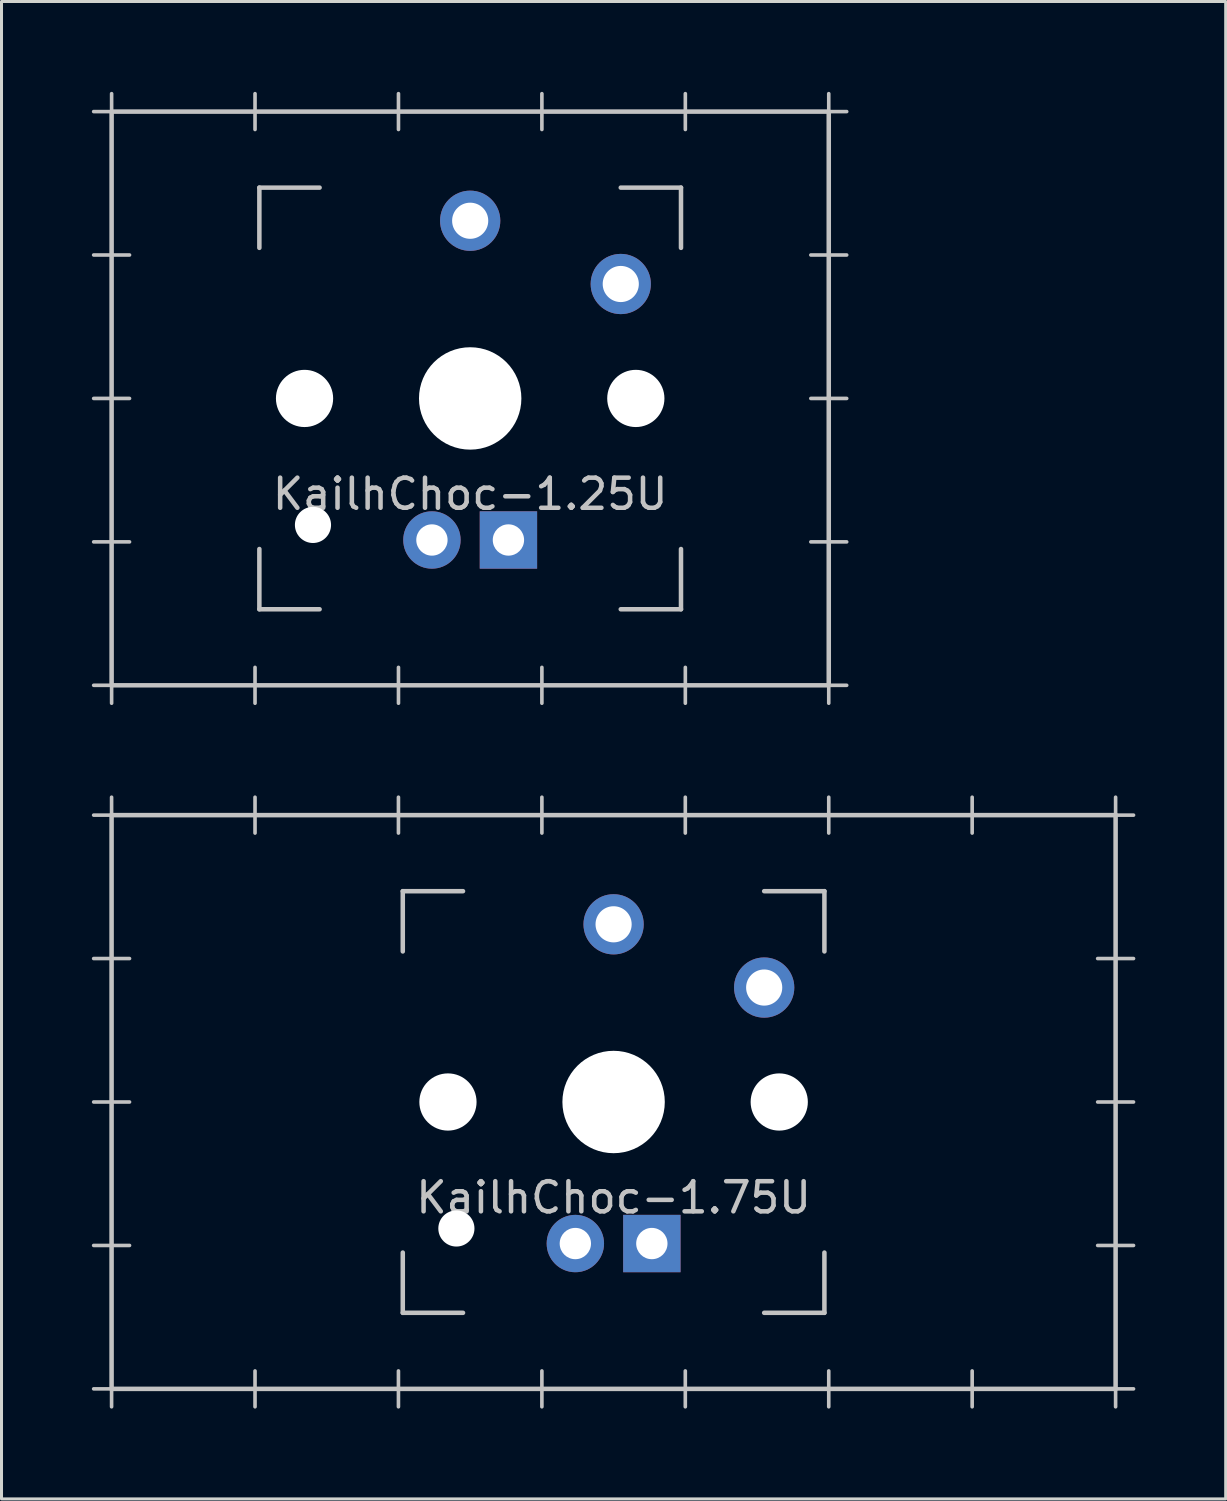
<source format=kicad_pcb>
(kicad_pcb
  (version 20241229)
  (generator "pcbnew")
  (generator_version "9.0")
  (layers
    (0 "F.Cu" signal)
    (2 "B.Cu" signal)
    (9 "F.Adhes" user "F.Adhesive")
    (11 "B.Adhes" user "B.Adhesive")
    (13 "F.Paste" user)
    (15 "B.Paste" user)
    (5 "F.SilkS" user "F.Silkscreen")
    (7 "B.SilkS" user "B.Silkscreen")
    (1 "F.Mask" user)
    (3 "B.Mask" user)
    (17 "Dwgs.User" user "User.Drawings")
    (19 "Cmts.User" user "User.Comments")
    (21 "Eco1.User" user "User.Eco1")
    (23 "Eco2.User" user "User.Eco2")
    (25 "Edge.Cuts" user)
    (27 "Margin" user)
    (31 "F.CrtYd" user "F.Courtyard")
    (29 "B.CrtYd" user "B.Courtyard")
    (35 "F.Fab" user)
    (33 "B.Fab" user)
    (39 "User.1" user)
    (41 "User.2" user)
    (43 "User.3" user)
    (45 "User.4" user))
  (footprint "KailhChoc-1.25U"
    (layer "F.Cu")
    (at 12.562 10.18)
    (property "Reference" "KailhChoc-1.25U" (at 0 3.175 0) (layer "Dwgs.User") (effects (font (size 1 1) (thickness 0.15))))
    (attr through_hole)
    (fp_line (start -12.502 -9.525) (end -11.906 -9.525) (stroke (width 0.12) (type solid)) (layer "Dwgs.User"))
    (fp_line (start -12.502 0) (end -11.311 0) (stroke (width 0.12) (type solid)) (layer "Dwgs.User"))
    (fp_line (start -12.502 4.763) (end -11.311 4.763) (stroke (width 0.12) (type solid)) (layer "Dwgs.User"))
    (fp_line (start -12.502 9.525) (end -11.906 9.525) (stroke (width 0.12) (type solid)) (layer "Dwgs.User"))
    (fp_line (start -11.906 -10.12) (end -11.906 -9.525) (stroke (width 0.12) (type solid)) (layer "Dwgs.User"))
    (fp_line (start -11.906 10.12) (end -11.906 9.525) (stroke (width 0.12) (type solid)) (layer "Dwgs.User"))
    (fp_line (start -11.906 -9.525) (end 11.906 -9.525) (stroke (width 0.15) (type solid)) (layer "Dwgs.User"))
    (fp_line (start -11.906 9.525) (end -11.906 -9.525) (stroke (width 0.15) (type solid)) (layer "Dwgs.User"))
    (fp_line (start -11.311 -4.763) (end -12.502 -4.763) (stroke (width 0.12) (type solid)) (layer "Dwgs.User"))
    (fp_line (start -7.144 -10.12) (end -7.144 -8.93) (stroke (width 0.12) (type solid)) (layer "Dwgs.User"))
    (fp_line (start -7.144 8.93) (end -7.144 10.12) (stroke (width 0.12) (type solid)) (layer "Dwgs.User"))
    (fp_line (start -7 -7) (end -7 -5) (stroke (width 0.15) (type solid)) (layer "Dwgs.User"))
    (fp_line (start -7 5) (end -7 7) (stroke (width 0.15) (type solid)) (layer "Dwgs.User"))
    (fp_line (start -7 7) (end -5 7) (stroke (width 0.15) (type solid)) (layer "Dwgs.User"))
    (fp_line (start -5 -7) (end -7 -7) (stroke (width 0.15) (type solid)) (layer "Dwgs.User"))
    (fp_line (start -2.381 -10.12) (end -2.381 -8.93) (stroke (width 0.12) (type solid)) (layer "Dwgs.User"))
    (fp_line (start -2.381 10.12) (end -2.381 8.93) (stroke (width 0.12) (type solid)) (layer "Dwgs.User"))
    (fp_line (start 2.381 -10.12) (end 2.381 -8.93) (stroke (width 0.12) (type solid)) (layer "Dwgs.User"))
    (fp_line (start 2.381 10.12) (end 2.381 8.93) (stroke (width 0.12) (type solid)) (layer "Dwgs.User"))
    (fp_line (start 5 -7) (end 7 -7) (stroke (width 0.15) (type solid)) (layer "Dwgs.User"))
    (fp_line (start 5 7) (end 7 7) (stroke (width 0.15) (type solid)) (layer "Dwgs.User"))
    (fp_line (start 7 -7) (end 7 -5) (stroke (width 0.15) (type solid)) (layer "Dwgs.User"))
    (fp_line (start 7 7) (end 7 5) (stroke (width 0.15) (type solid)) (layer "Dwgs.User"))
    (fp_line (start 7.144 -10.12) (end 7.144 -8.93) (stroke (width 0.12) (type solid)) (layer "Dwgs.User"))
    (fp_line (start 7.144 10.12) (end 7.144 8.93) (stroke (width 0.12) (type solid)) (layer "Dwgs.User"))
    (fp_line (start 11.311 4.763) (end 12.502 4.763) (stroke (width 0.12) (type solid)) (layer "Dwgs.User"))
    (fp_line (start 11.906 -9.525) (end 11.906 9.525) (stroke (width 0.15) (type solid)) (layer "Dwgs.User"))
    (fp_line (start 11.906 9.525) (end -11.906 9.525) (stroke (width 0.15) (type solid)) (layer "Dwgs.User"))
    (fp_line (start 11.906 -10.12) (end 11.906 -9.525) (stroke (width 0.12) (type solid)) (layer "Dwgs.User"))
    (fp_line (start 11.906 10.12) (end 11.906 9.525) (stroke (width 0.12) (type solid)) (layer "Dwgs.User"))
    (fp_line (start 12.502 -9.525) (end 11.906 -9.525) (stroke (width 0.12) (type solid)) (layer "Dwgs.User"))
    (fp_line (start 12.502 -4.763) (end 11.311 -4.763) (stroke (width 0.12) (type solid)) (layer "Dwgs.User"))
    (fp_line (start 12.502 0) (end 11.311 0) (stroke (width 0.12) (type solid)) (layer "Dwgs.User"))
    (fp_line (start 12.502 9.525) (end 11.906 9.525) (stroke (width 0.12) (type solid)) (layer "Dwgs.User"))
    (pad "" np_thru_hole circle (at -5.5 0 48.1) (size 1.9 1.9) (drill 1.9) (layers "*.Cu" "*.Mask"))
    (pad "" np_thru_hole circle (at -5.22 4.2) (size 1.2 1.2) (drill 1.2) (layers "*.Cu" "*.Mask"))
    (pad "" np_thru_hole circle (at 0 0) (size 3.4 3.4) (drill 3.4) (layers "*.Cu" "*.Mask"))
    (pad "" np_thru_hole circle (at 5.5 0 48.1) (size 1.9 1.9) (drill 1.9) (layers "*.Cu" "*.Mask"))
    (pad "1" thru_hole circle (at 5 -3.8) (size 2 2) (drill 1.2) (layers "*.Cu" "B.Mask"))
    (pad "2" thru_hole circle (at 0 -5.9) (size 2 2) (drill 1.2) (layers "*.Cu" "B.Mask"))
    (pad "3" thru_hole circle (at -1.27 4.7) (size 1.905 1.905) (drill 1.04) (layers "*.Cu" "B.Mask"))
    (pad "4" thru_hole rect (at 1.27 4.7) (size 1.905 1.905) (drill 1.04) (layers "*.Cu" "B.Mask")))
  (footprint "KailhChoc-1.75U"
    (layer "F.Cu")
    (at 17.324 33.541)
    (property "Reference" "KailhChoc-1.75U" (at 0 3.175 0) (layer "Dwgs.User") (effects (font (size 1 1) (thickness 0.15))))
    (attr through_hole)
    (fp_line (start -17.264 -9.525) (end -16.669 -9.525) (stroke (width 0.12) (type solid)) (layer "Dwgs.User"))
    (fp_line (start -17.264 0) (end -16.073 0) (stroke (width 0.12) (type solid)) (layer "Dwgs.User"))
    (fp_line (start -17.264 4.763) (end -16.073 4.763) (stroke (width 0.12) (type solid)) (layer "Dwgs.User"))
    (fp_line (start -17.264 9.525) (end -16.669 9.525) (stroke (width 0.12) (type solid)) (layer "Dwgs.User"))
    (fp_line (start -16.669 -10.12) (end -16.669 -9.525) (stroke (width 0.12) (type solid)) (layer "Dwgs.User"))
    (fp_line (start -16.669 10.12) (end -16.669 9.525) (stroke (width 0.12) (type solid)) (layer "Dwgs.User"))
    (fp_line (start -16.669 -9.525) (end 16.669 -9.525) (stroke (width 0.15) (type solid)) (layer "Dwgs.User"))
    (fp_line (start -16.669 9.525) (end -16.669 -9.525) (stroke (width 0.15) (type solid)) (layer "Dwgs.User"))
    (fp_line (start -16.073 -4.763) (end -17.264 -4.763) (stroke (width 0.12) (type solid)) (layer "Dwgs.User"))
    (fp_line (start -11.906 -10.12) (end -11.906 -8.93) (stroke (width 0.12) (type solid)) (layer "Dwgs.User"))
    (fp_line (start -11.906 8.93) (end -11.906 10.12) (stroke (width 0.12) (type solid)) (layer "Dwgs.User"))
    (fp_line (start -7.144 -10.12) (end -7.144 -8.93) (stroke (width 0.12) (type solid)) (layer "Dwgs.User"))
    (fp_line (start -7.144 10.12) (end -7.144 8.93) (stroke (width 0.12) (type solid)) (layer "Dwgs.User"))
    (fp_line (start -7 -7) (end -7 -5) (stroke (width 0.15) (type solid)) (layer "Dwgs.User"))
    (fp_line (start -7 5) (end -7 7) (stroke (width 0.15) (type solid)) (layer "Dwgs.User"))
    (fp_line (start -7 7) (end -5 7) (stroke (width 0.15) (type solid)) (layer "Dwgs.User"))
    (fp_line (start -5 -7) (end -7 -7) (stroke (width 0.15) (type solid)) (layer "Dwgs.User"))
    (fp_line (start -2.381 -10.12) (end -2.381 -8.93) (stroke (width 0.12) (type solid)) (layer "Dwgs.User"))
    (fp_line (start -2.381 10.12) (end -2.381 8.93) (stroke (width 0.12) (type solid)) (layer "Dwgs.User"))
    (fp_line (start 2.381 -10.12) (end 2.381 -8.93) (stroke (width 0.12) (type solid)) (layer "Dwgs.User"))
    (fp_line (start 2.381 10.12) (end 2.381 8.93) (stroke (width 0.12) (type solid)) (layer "Dwgs.User"))
    (fp_line (start 5 -7) (end 7 -7) (stroke (width 0.15) (type solid)) (layer "Dwgs.User"))
    (fp_line (start 5 7) (end 7 7) (stroke (width 0.15) (type solid)) (layer "Dwgs.User"))
    (fp_line (start 7 -7) (end 7 -5) (stroke (width 0.15) (type solid)) (layer "Dwgs.User"))
    (fp_line (start 7 7) (end 7 5) (stroke (width 0.15) (type solid)) (layer "Dwgs.User"))
    (fp_line (start 7.144 -8.93) (end 7.144 -10.12) (stroke (width 0.12) (type solid)) (layer "Dwgs.User"))
    (fp_line (start 7.144 10.12) (end 7.144 8.93) (stroke (width 0.12) (type solid)) (layer "Dwgs.User"))
    (fp_line (start 11.906 -8.93) (end 11.906 -10.12) (stroke (width 0.12) (type solid)) (layer "Dwgs.User"))
    (fp_line (start 11.906 10.12) (end 11.906 8.93) (stroke (width 0.12) (type solid)) (layer "Dwgs.User"))
    (fp_line (start 16.073 4.763) (end 17.264 4.763) (stroke (width 0.12) (type solid)) (layer "Dwgs.User"))
    (fp_line (start 16.669 -9.525) (end 16.669 9.525) (stroke (width 0.15) (type solid)) (layer "Dwgs.User"))
    (fp_line (start 16.669 9.525) (end -16.669 9.525) (stroke (width 0.15) (type solid)) (layer "Dwgs.User"))
    (fp_line (start 16.669 -10.12) (end 16.669 -9.525) (stroke (width 0.12) (type solid)) (layer "Dwgs.User"))
    (fp_line (start 16.669 10.12) (end 16.669 9.525) (stroke (width 0.12) (type solid)) (layer "Dwgs.User"))
    (fp_line (start 17.264 -9.525) (end 16.669 -9.525) (stroke (width 0.12) (type solid)) (layer "Dwgs.User"))
    (fp_line (start 17.264 -4.763) (end 16.073 -4.763) (stroke (width 0.12) (type solid)) (layer "Dwgs.User"))
    (fp_line (start 17.264 0) (end 16.073 0) (stroke (width 0.12) (type solid)) (layer "Dwgs.User"))
    (fp_line (start 17.264 9.525) (end 16.669 9.525) (stroke (width 0.12) (type solid)) (layer "Dwgs.User"))
    (pad "" np_thru_hole circle (at -5.5 0 48.1) (size 1.9 1.9) (drill 1.9) (layers "*.Cu" "*.Mask"))
    (pad "" np_thru_hole circle (at -5.22 4.2) (size 1.2 1.2) (drill 1.2) (layers "*.Cu" "*.Mask"))
    (pad "" np_thru_hole circle (at 0 0) (size 3.4 3.4) (drill 3.4) (layers "*.Cu" "*.Mask"))
    (pad "" np_thru_hole circle (at 5.5 0 48.1) (size 1.9 1.9) (drill 1.9) (layers "*.Cu" "*.Mask"))
    (pad "1" thru_hole circle (at 5 -3.8) (size 2 2) (drill 1.2) (layers "*.Cu" "B.Mask"))
    (pad "2" thru_hole circle (at 0 -5.9) (size 2 2) (drill 1.2) (layers "*.Cu" "B.Mask"))
    (pad "3" thru_hole circle (at -1.27 4.7) (size 1.905 1.905) (drill 1.04) (layers "*.Cu" "B.Mask"))
    (pad "4" thru_hole rect (at 1.27 4.7) (size 1.905 1.905) (drill 1.04) (layers "*.Cu" "B.Mask")))
  (gr_rect
    (start -3 -3)
    (end 37.648 46.721)
    (stroke (width 0.1) (type default))
    (fill no)
    (layer "Edge.Cuts")))
</source>
